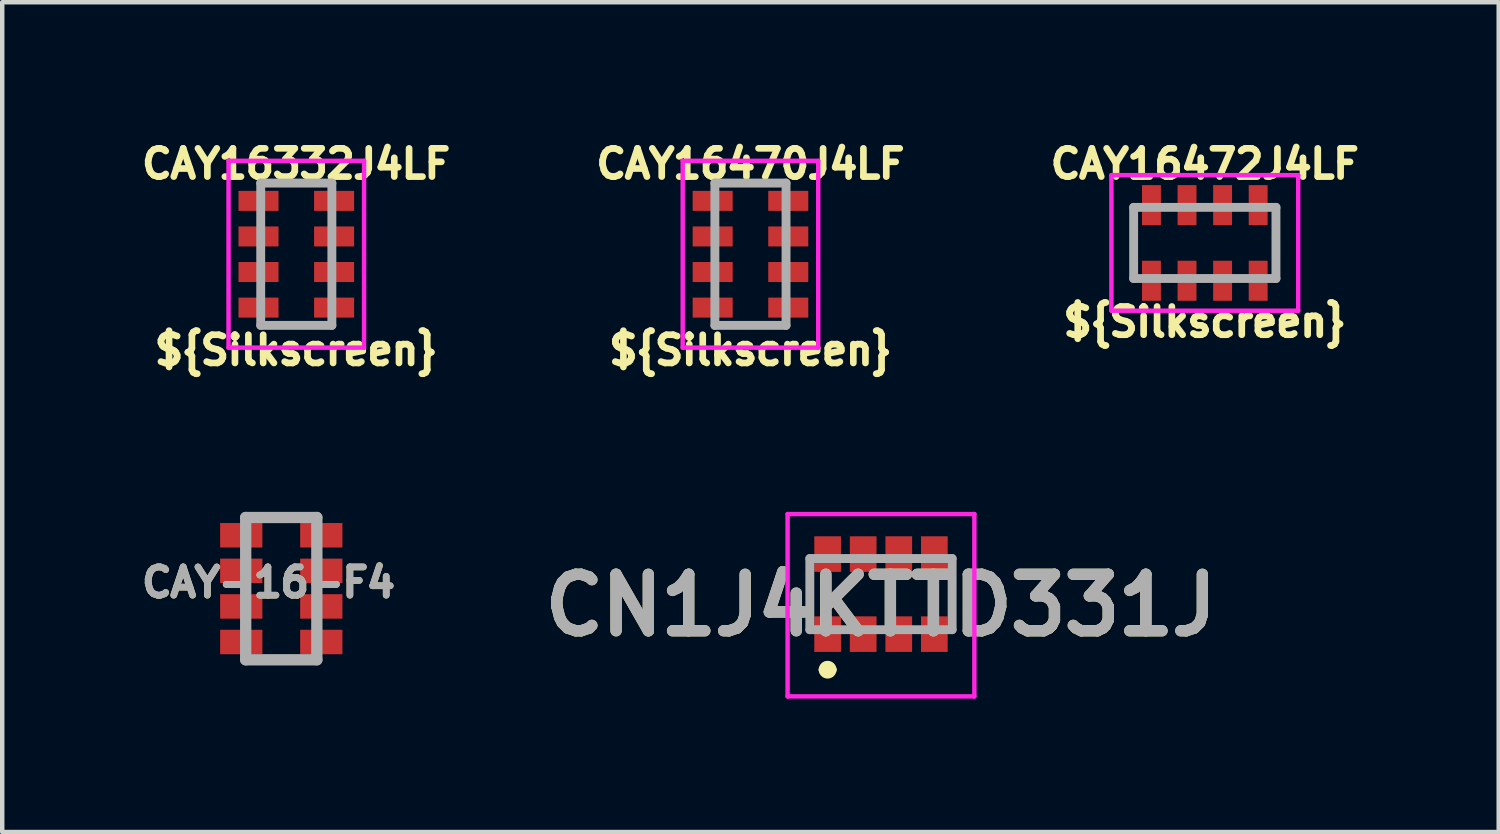
<source format=kicad_pcb>
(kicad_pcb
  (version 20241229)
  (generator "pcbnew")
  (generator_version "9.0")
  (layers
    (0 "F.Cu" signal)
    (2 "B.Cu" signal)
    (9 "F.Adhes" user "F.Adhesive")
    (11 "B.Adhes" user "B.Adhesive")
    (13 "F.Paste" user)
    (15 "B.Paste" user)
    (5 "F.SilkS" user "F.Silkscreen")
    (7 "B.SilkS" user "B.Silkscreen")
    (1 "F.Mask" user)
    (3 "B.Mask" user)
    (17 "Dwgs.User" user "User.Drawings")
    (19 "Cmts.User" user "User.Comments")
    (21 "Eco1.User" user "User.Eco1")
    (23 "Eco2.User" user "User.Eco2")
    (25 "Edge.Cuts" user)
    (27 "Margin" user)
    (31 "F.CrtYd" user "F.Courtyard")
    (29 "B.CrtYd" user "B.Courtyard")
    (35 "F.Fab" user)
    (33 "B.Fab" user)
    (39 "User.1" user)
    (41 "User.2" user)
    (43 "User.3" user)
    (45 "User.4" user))
  (footprint "CAY16332J4LF"
    (layer "F.Cu")
    (at 3.609 2.667)
    (property "Reference" "CAY16332J4LF" (at 0 -2.032 180) (layer "F.SilkS") (effects (font (size 0.635 0.635) (thickness 0.15))))
    (attr smd)
    (fp_line (start -0.296 -1.6) (end 0.304 -1.6) (stroke (width 0.1) (type solid)) (layer "F.SilkS"))
    (fp_line (start -0.296 1.6) (end 0.304 1.6) (stroke (width 0.1) (type solid)) (layer "F.SilkS"))
    (fp_line (start -1.52 -2.1) (end 1.528 -2.1) (stroke (width 0.1) (type solid)) (layer "F.CrtYd"))
    (fp_line (start -1.52 2.1) (end -1.52 -2.1) (stroke (width 0.1) (type solid)) (layer "F.CrtYd"))
    (fp_line (start 1.528 -2.1) (end 1.528 2.1) (stroke (width 0.1) (type solid)) (layer "F.CrtYd"))
    (fp_line (start 1.528 2.1) (end -1.52 2.1) (stroke (width 0.1) (type solid)) (layer "F.CrtYd"))
    (fp_line (start -0.796 -1.6) (end 0.804 -1.6) (stroke (width 0.2) (type solid)) (layer "F.Fab"))
    (fp_line (start -0.796 1.6) (end -0.796 -1.6) (stroke (width 0.2) (type solid)) (layer "F.Fab"))
    (fp_line (start 0.804 -1.6) (end 0.804 1.6) (stroke (width 0.2) (type solid)) (layer "F.Fab"))
    (fp_line (start 0.804 1.6) (end -0.796 1.6) (stroke (width 0.2) (type solid)) (layer "F.Fab"))
    (fp_text user "${Silkscreen}" (at 0 2.159 180) (layer "F.SilkS") (effects (font (size 0.635 0.635) (thickness 0.15))))
    (pad "1" smd rect (at 0.854 1.2 90) (size 0.45 0.9) (layers "F.Cu" "F.Mask" "F.Paste"))
    (pad "2" smd rect (at 0.854 0.4 90) (size 0.45 0.9) (layers "F.Cu" "F.Mask" "F.Paste"))
    (pad "3" smd rect (at 0.854 -0.4 90) (size 0.45 0.9) (layers "F.Cu" "F.Mask" "F.Paste"))
    (pad "4" smd rect (at 0.854 -1.2 90) (size 0.45 0.9) (layers "F.Cu" "F.Mask" "F.Paste"))
    (pad "5" smd rect (at -0.846 -1.2 90) (size 0.45 0.9) (layers "F.Cu" "F.Mask" "F.Paste"))
    (pad "6" smd rect (at -0.846 -0.4 90) (size 0.45 0.9) (layers "F.Cu" "F.Mask" "F.Paste"))
    (pad "7" smd rect (at -0.846 0.4 90) (size 0.45 0.9) (layers "F.Cu" "F.Mask" "F.Paste"))
    (pad "8" smd rect (at -0.846 1.2 90) (size 0.45 0.9) (layers "F.Cu" "F.Mask" "F.Paste")))
  (footprint "CAY-16-F4"
    (layer "F.Cu")
    (at 3.275 10.187)
    (property "Reference" "CAY-16-F4" (at -0.286 -0.139 0) (layer "F.SilkS") (effects (font (size 0.635 0.635) (thickness 0.15))))
    (attr smd)
    (fp_line (start -0.8 -1.6) (end 0.8 -1.6) (stroke (width 0.254) (type solid)) (layer "F.Fab"))
    (fp_line (start -0.8 1.6) (end -0.8 -1.6) (stroke (width 0.254) (type solid)) (layer "F.Fab"))
    (fp_line (start 0.8 -1.6) (end 0.8 1.6) (stroke (width 0.254) (type solid)) (layer "F.Fab"))
    (fp_line (start 0.8 1.6) (end -0.8 1.6) (stroke (width 0.254) (type solid)) (layer "F.Fab"))
    (fp_text user "${REFERENCE}" (at -0.286 -0.139 0) (layer "F.Fab") (effects (font (size 0.635 0.635) (thickness 0.15))))
    (pad "1" smd rect (at -0.9 1.2 90) (size 0.55 0.95) (layers "F.Cu" "F.Mask" "F.Paste"))
    (pad "2" smd rect (at -0.9 0.4 90) (size 0.55 0.95) (layers "F.Cu" "F.Mask" "F.Paste"))
    (pad "3" smd rect (at -0.9 -0.4 90) (size 0.55 0.95) (layers "F.Cu" "F.Mask" "F.Paste"))
    (pad "4" smd rect (at -0.9 -1.2 90) (size 0.55 0.95) (layers "F.Cu" "F.Mask" "F.Paste"))
    (pad "5" smd rect (at 0.9 1.2 90) (size 0.55 0.95) (layers "F.Cu" "F.Mask" "F.Paste"))
    (pad "6" smd rect (at 0.9 0.4 90) (size 0.55 0.95) (layers "F.Cu" "F.Mask" "F.Paste"))
    (pad "7" smd rect (at 0.9 -0.4 90) (size 0.55 0.95) (layers "F.Cu" "F.Mask" "F.Paste"))
    (pad "8" smd rect (at 0.9 -1.2 90) (size 0.55 0.95) (layers "F.Cu" "F.Mask" "F.Paste")))
  (footprint "CAY16472J4LF"
    (layer "F.Cu")
    (at 24.043 2.413)
    (property "Reference" "CAY16472J4LF" (at 0 -1.778 0) (layer "F.SilkS") (effects (font (size 0.635 0.635) (thickness 0.15))))
    (attr smd)
    (fp_line (start -1.6 -0.3) (end -1.6 0.3) (stroke (width 0.1) (type solid)) (layer "F.SilkS"))
    (fp_line (start 1.6 -0.3) (end 1.6 0.3) (stroke (width 0.1) (type solid)) (layer "F.SilkS"))
    (fp_line (start -2.1 -1.524) (end 2.1 -1.524) (stroke (width 0.1) (type solid)) (layer "F.CrtYd"))
    (fp_line (start -2.1 1.524) (end -2.1 -1.524) (stroke (width 0.1) (type solid)) (layer "F.CrtYd"))
    (fp_line (start 2.1 -1.524) (end 2.1 1.524) (stroke (width 0.1) (type solid)) (layer "F.CrtYd"))
    (fp_line (start 2.1 1.524) (end -2.1 1.524) (stroke (width 0.1) (type solid)) (layer "F.CrtYd"))
    (fp_line (start -1.6 -0.8) (end 1.6 -0.8) (stroke (width 0.2) (type solid)) (layer "F.Fab"))
    (fp_line (start -1.6 0.8) (end -1.6 -0.8) (stroke (width 0.2) (type solid)) (layer "F.Fab"))
    (fp_line (start 1.6 -0.8) (end 1.6 0.8) (stroke (width 0.2) (type solid)) (layer "F.Fab"))
    (fp_line (start 1.6 0.8) (end -1.6 0.8) (stroke (width 0.2) (type solid)) (layer "F.Fab"))
    (fp_text user "${Silkscreen}" (at 0 1.778 0) (layer "F.SilkS") (effects (font (size 0.635 0.635) (thickness 0.15))))
    (pad "1" smd rect (at -1.2 0.85) (size 0.425 0.9) (layers "F.Cu" "F.Mask" "F.Paste"))
    (pad "2" smd rect (at -0.4 0.85) (size 0.425 0.9) (layers "F.Cu" "F.Mask" "F.Paste"))
    (pad "3" smd rect (at 0.4 0.85) (size 0.425 0.9) (layers "F.Cu" "F.Mask" "F.Paste"))
    (pad "4" smd rect (at 1.2 0.85) (size 0.425 0.9) (layers "F.Cu" "F.Mask" "F.Paste"))
    (pad "5" smd rect (at 1.2 -0.85) (size 0.425 0.9) (layers "F.Cu" "F.Mask" "F.Paste"))
    (pad "6" smd rect (at 0.4 -0.85) (size 0.425 0.9) (layers "F.Cu" "F.Mask" "F.Paste"))
    (pad "7" smd rect (at -0.4 -0.85) (size 0.425 0.9) (layers "F.Cu" "F.Mask" "F.Paste"))
    (pad "8" smd rect (at -1.2 -0.85) (size 0.425 0.9) (layers "F.Cu" "F.Mask" "F.Paste")))
  (footprint "CN1J4KTTD331J"
    (layer "F.Cu")
    (at 16.761 10.31)
    (property "Reference" "CN1J4KTTD331J" (at 0 0.25 0) (layer "F.SilkS") (effects (font (size 1.27 1.27) (thickness 0.254))))
    (attr smd)
    (fp_line (start -1.6 -0.2) (end -1.6 0.2) (stroke (width 0.1) (type solid)) (layer "F.SilkS"))
    (fp_line (start -1.3 1.7) (end -1.3 1.7) (stroke (width 0.2) (type solid)) (layer "F.SilkS"))
    (fp_line (start -1.1 1.7) (end -1.1 1.7) (stroke (width 0.2) (type solid)) (layer "F.SilkS"))
    (fp_line (start 1.6 -0.2) (end 1.6 0.2) (stroke (width 0.1) (type solid)) (layer "F.SilkS"))
    (fp_arc (start -1.3 1.7) (mid -1.2 1.6) (end -1.1 1.7) (stroke (width 0.2) (type solid)) (layer "F.SilkS"))
    (fp_arc (start -1.1 1.7) (mid -1.2 1.8) (end -1.3 1.7) (stroke (width 0.2) (type solid)) (layer "F.SilkS"))
    (fp_line (start -2.1 -1.8) (end 2.1 -1.8) (stroke (width 0.1) (type solid)) (layer "F.CrtYd"))
    (fp_line (start -2.1 2.3) (end -2.1 -1.8) (stroke (width 0.1) (type solid)) (layer "F.CrtYd"))
    (fp_line (start 2.1 -1.8) (end 2.1 2.3) (stroke (width 0.1) (type solid)) (layer "F.CrtYd"))
    (fp_line (start 2.1 2.3) (end -2.1 2.3) (stroke (width 0.1) (type solid)) (layer "F.CrtYd"))
    (fp_line (start -1.6 -0.8) (end 1.6 -0.8) (stroke (width 0.2) (type solid)) (layer "F.Fab"))
    (fp_line (start -1.6 0.8) (end -1.6 -0.8) (stroke (width 0.2) (type solid)) (layer "F.Fab"))
    (fp_line (start 1.6 -0.8) (end 1.6 0.8) (stroke (width 0.2) (type solid)) (layer "F.Fab"))
    (fp_line (start 1.6 0.8) (end -1.6 0.8) (stroke (width 0.2) (type solid)) (layer "F.Fab"))
    (fp_text user "${REFERENCE}" (at 0 0.25 0) (layer "F.Fab") (effects (font (size 1.27 1.27) (thickness 0.254))))
    (pad "1" smd rect (at -1.2 0.9) (size 0.6 0.8) (layers "F.Cu" "F.Mask" "F.Paste"))
    (pad "2" smd rect (at -1.2 -0.9) (size 0.6 0.8) (layers "F.Cu" "F.Mask" "F.Paste"))
    (pad "3" smd rect (at -0.4 0.9) (size 0.6 0.8) (layers "F.Cu" "F.Mask" "F.Paste"))
    (pad "4" smd rect (at -0.4 -0.9) (size 0.6 0.8) (layers "F.Cu" "F.Mask" "F.Paste"))
    (pad "5" smd rect (at 0.4 0.9) (size 0.6 0.8) (layers "F.Cu" "F.Mask" "F.Paste"))
    (pad "6" smd rect (at 0.4 -0.9) (size 0.6 0.8) (layers "F.Cu" "F.Mask" "F.Paste"))
    (pad "7" smd rect (at 1.2 0.9) (size 0.6 0.8) (layers "F.Cu" "F.Mask" "F.Paste"))
    (pad "8" smd rect (at 1.2 -0.9) (size 0.6 0.8) (layers "F.Cu" "F.Mask" "F.Paste")))
  (footprint "CAY16470J4LF"
    (layer "F.Cu")
    (at 13.826 2.667)
    (property "Reference" "CAY16470J4LF" (at 0 -2.032 180) (layer "F.SilkS") (effects (font (size 0.635 0.635) (thickness 0.15))))
    (attr smd)
    (fp_line (start -0.3 -1.6) (end 0.3 -1.6) (stroke (width 0.1) (type solid)) (layer "F.SilkS"))
    (fp_line (start -0.3 1.6) (end 0.3 1.6) (stroke (width 0.1) (type solid)) (layer "F.SilkS"))
    (fp_line (start -1.524 -2.1) (end 1.524 -2.1) (stroke (width 0.1) (type solid)) (layer "F.CrtYd"))
    (fp_line (start -1.524 2.1) (end -1.524 -2.1) (stroke (width 0.1) (type solid)) (layer "F.CrtYd"))
    (fp_line (start 1.524 -2.1) (end 1.524 2.1) (stroke (width 0.1) (type solid)) (layer "F.CrtYd"))
    (fp_line (start 1.524 2.1) (end -1.524 2.1) (stroke (width 0.1) (type solid)) (layer "F.CrtYd"))
    (fp_line (start -0.8 -1.6) (end 0.8 -1.6) (stroke (width 0.2) (type solid)) (layer "F.Fab"))
    (fp_line (start -0.8 1.6) (end -0.8 -1.6) (stroke (width 0.2) (type solid)) (layer "F.Fab"))
    (fp_line (start 0.8 -1.6) (end 0.8 1.6) (stroke (width 0.2) (type solid)) (layer "F.Fab"))
    (fp_line (start 0.8 1.6) (end -0.8 1.6) (stroke (width 0.2) (type solid)) (layer "F.Fab"))
    (fp_text user "${Silkscreen}" (at 0 2.159 180) (layer "F.SilkS") (effects (font (size 0.635 0.635) (thickness 0.15))))
    (pad "1" smd rect (at 0.85 1.2 90) (size 0.45 0.9) (layers "F.Cu" "F.Mask" "F.Paste"))
    (pad "2" smd rect (at 0.85 0.4 90) (size 0.45 0.9) (layers "F.Cu" "F.Mask" "F.Paste"))
    (pad "3" smd rect (at 0.85 -0.4 90) (size 0.45 0.9) (layers "F.Cu" "F.Mask" "F.Paste"))
    (pad "4" smd rect (at 0.85 -1.2 90) (size 0.45 0.9) (layers "F.Cu" "F.Mask" "F.Paste"))
    (pad "5" smd rect (at -0.85 -1.2 90) (size 0.45 0.9) (layers "F.Cu" "F.Mask" "F.Paste"))
    (pad "6" smd rect (at -0.85 -0.4 90) (size 0.45 0.9) (layers "F.Cu" "F.Mask" "F.Paste"))
    (pad "7" smd rect (at -0.85 0.4 90) (size 0.45 0.9) (layers "F.Cu" "F.Mask" "F.Paste"))
    (pad "8" smd rect (at -0.85 1.2 90) (size 0.45 0.9) (layers "F.Cu" "F.Mask" "F.Paste")))
  (gr_rect
    (start -3 -3)
    (end 30.652 15.66)
    (stroke (width 0.1) (type default))
    (fill no)
    (layer "Edge.Cuts")))
</source>
